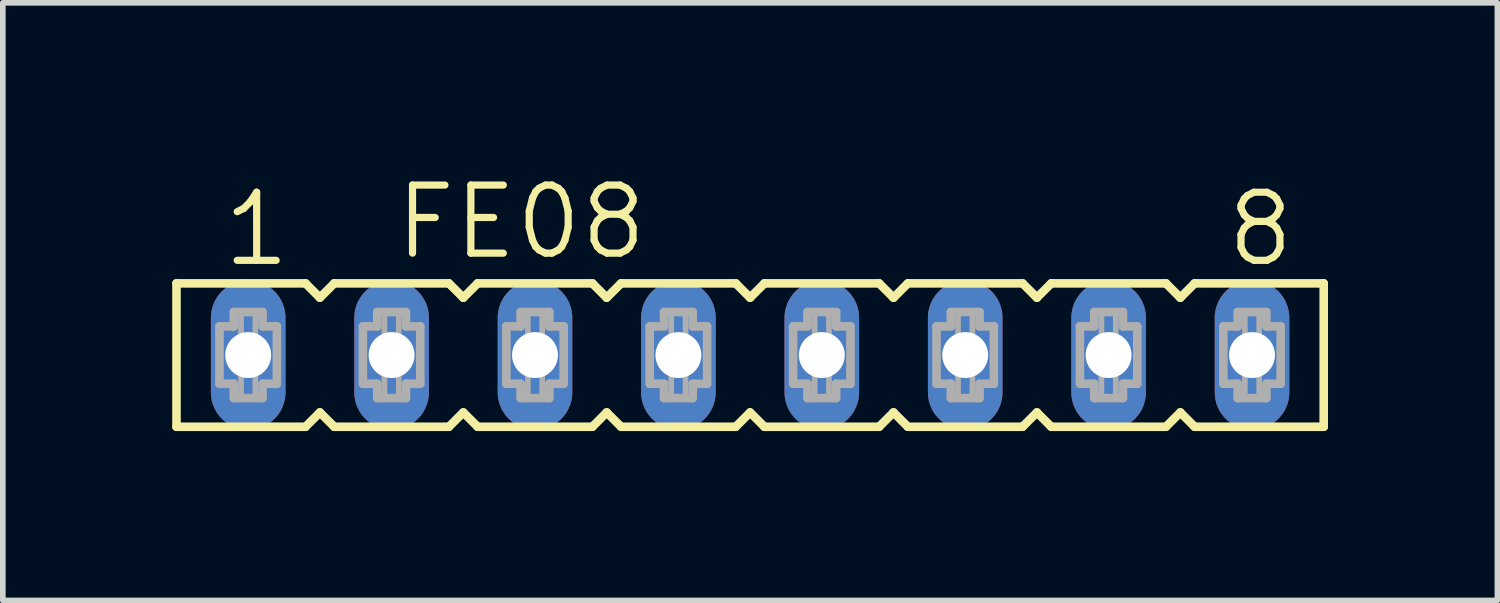
<source format=kicad_pcb>
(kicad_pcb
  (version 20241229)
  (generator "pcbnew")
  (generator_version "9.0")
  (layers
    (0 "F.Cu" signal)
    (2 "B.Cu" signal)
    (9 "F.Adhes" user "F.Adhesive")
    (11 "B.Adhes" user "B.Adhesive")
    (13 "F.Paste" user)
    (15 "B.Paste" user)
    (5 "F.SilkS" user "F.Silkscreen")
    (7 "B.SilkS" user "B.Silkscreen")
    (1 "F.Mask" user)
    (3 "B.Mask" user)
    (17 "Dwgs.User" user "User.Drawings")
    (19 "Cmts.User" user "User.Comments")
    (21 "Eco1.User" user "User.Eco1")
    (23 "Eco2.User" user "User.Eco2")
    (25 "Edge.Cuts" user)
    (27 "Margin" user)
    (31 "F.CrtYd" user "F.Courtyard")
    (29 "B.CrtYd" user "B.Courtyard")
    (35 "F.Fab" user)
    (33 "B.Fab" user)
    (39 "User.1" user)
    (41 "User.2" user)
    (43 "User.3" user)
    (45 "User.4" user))
  (footprint "FE08"
    (layer "F.Cu")
    (at 10.236 3.239)
    (property "Reference" "FE08" (at -6.35 -1.651 0) (layer "F.SilkS") (effects (font (size 1.206 1.206) (thickness 0.127)) (justify left bottom)))
    (attr through_hole)
    (fp_line (start -10.16 -1.27) (end -10.16 1.27) (stroke (width 0.152) (type solid)) (layer "F.SilkS"))
    (fp_line (start -10.16 1.27) (end -7.874 1.27) (stroke (width 0.152) (type solid)) (layer "F.SilkS"))
    (fp_line (start -7.874 -1.27) (end -10.16 -1.27) (stroke (width 0.152) (type solid)) (layer "F.SilkS"))
    (fp_line (start -7.874 1.27) (end -7.62 1.016) (stroke (width 0.152) (type solid)) (layer "F.SilkS"))
    (fp_line (start -7.62 -1.016) (end -7.874 -1.27) (stroke (width 0.152) (type solid)) (layer "F.SilkS"))
    (fp_line (start -7.62 1.016) (end -7.366 1.27) (stroke (width 0.152) (type solid)) (layer "F.SilkS"))
    (fp_line (start -7.366 -1.27) (end -7.62 -1.016) (stroke (width 0.152) (type solid)) (layer "F.SilkS"))
    (fp_line (start -7.366 1.27) (end -5.334 1.27) (stroke (width 0.152) (type solid)) (layer "F.SilkS"))
    (fp_line (start -5.334 -1.27) (end -7.366 -1.27) (stroke (width 0.152) (type solid)) (layer "F.SilkS"))
    (fp_line (start -5.334 1.27) (end -5.08 1.016) (stroke (width 0.152) (type solid)) (layer "F.SilkS"))
    (fp_line (start -5.08 -1.016) (end -5.334 -1.27) (stroke (width 0.152) (type solid)) (layer "F.SilkS"))
    (fp_line (start -5.08 1.016) (end -4.826 1.27) (stroke (width 0.152) (type solid)) (layer "F.SilkS"))
    (fp_line (start -4.826 -1.27) (end -5.08 -1.016) (stroke (width 0.152) (type solid)) (layer "F.SilkS"))
    (fp_line (start -4.826 1.27) (end -2.794 1.27) (stroke (width 0.152) (type solid)) (layer "F.SilkS"))
    (fp_line (start -2.794 -1.27) (end -4.826 -1.27) (stroke (width 0.152) (type solid)) (layer "F.SilkS"))
    (fp_line (start -2.794 1.27) (end -2.54 1.016) (stroke (width 0.152) (type solid)) (layer "F.SilkS"))
    (fp_line (start -2.54 -1.016) (end -2.794 -1.27) (stroke (width 0.152) (type solid)) (layer "F.SilkS"))
    (fp_line (start -2.54 1.016) (end -2.286 1.27) (stroke (width 0.152) (type solid)) (layer "F.SilkS"))
    (fp_line (start -2.286 -1.27) (end -2.54 -1.016) (stroke (width 0.152) (type solid)) (layer "F.SilkS"))
    (fp_line (start -2.286 1.27) (end -0.254 1.27) (stroke (width 0.152) (type solid)) (layer "F.SilkS"))
    (fp_line (start -0.254 -1.27) (end -2.286 -1.27) (stroke (width 0.152) (type solid)) (layer "F.SilkS"))
    (fp_line (start -0.254 1.27) (end 0 1.016) (stroke (width 0.152) (type solid)) (layer "F.SilkS"))
    (fp_line (start 0 -1.016) (end -0.254 -1.27) (stroke (width 0.152) (type solid)) (layer "F.SilkS"))
    (fp_line (start 0 1.016) (end 0.254 1.27) (stroke (width 0.152) (type solid)) (layer "F.SilkS"))
    (fp_line (start 0.254 -1.27) (end 0 -1.016) (stroke (width 0.152) (type solid)) (layer "F.SilkS"))
    (fp_line (start 0.254 1.27) (end 2.286 1.27) (stroke (width 0.152) (type solid)) (layer "F.SilkS"))
    (fp_line (start 2.286 -1.27) (end 0.254 -1.27) (stroke (width 0.152) (type solid)) (layer "F.SilkS"))
    (fp_line (start 2.286 1.27) (end 2.54 1.016) (stroke (width 0.152) (type solid)) (layer "F.SilkS"))
    (fp_line (start 2.54 -1.016) (end 2.286 -1.27) (stroke (width 0.152) (type solid)) (layer "F.SilkS"))
    (fp_line (start 2.54 1.016) (end 2.794 1.27) (stroke (width 0.152) (type solid)) (layer "F.SilkS"))
    (fp_line (start 2.794 -1.27) (end 2.54 -1.016) (stroke (width 0.152) (type solid)) (layer "F.SilkS"))
    (fp_line (start 2.794 1.27) (end 4.826 1.27) (stroke (width 0.152) (type solid)) (layer "F.SilkS"))
    (fp_line (start 4.826 -1.27) (end 2.794 -1.27) (stroke (width 0.152) (type solid)) (layer "F.SilkS"))
    (fp_line (start 4.826 1.27) (end 5.08 1.016) (stroke (width 0.152) (type solid)) (layer "F.SilkS"))
    (fp_line (start 5.08 -1.016) (end 4.826 -1.27) (stroke (width 0.152) (type solid)) (layer "F.SilkS"))
    (fp_line (start 5.08 1.016) (end 5.334 1.27) (stroke (width 0.152) (type solid)) (layer "F.SilkS"))
    (fp_line (start 5.334 -1.27) (end 5.08 -1.016) (stroke (width 0.152) (type solid)) (layer "F.SilkS"))
    (fp_line (start 5.334 1.27) (end 7.366 1.27) (stroke (width 0.152) (type solid)) (layer "F.SilkS"))
    (fp_line (start 7.366 -1.27) (end 5.334 -1.27) (stroke (width 0.152) (type solid)) (layer "F.SilkS"))
    (fp_line (start 7.366 1.27) (end 7.62 1.016) (stroke (width 0.152) (type solid)) (layer "F.SilkS"))
    (fp_line (start 7.62 -1.016) (end 7.366 -1.27) (stroke (width 0.152) (type solid)) (layer "F.SilkS"))
    (fp_line (start 7.62 1.016) (end 7.874 1.27) (stroke (width 0.152) (type solid)) (layer "F.SilkS"))
    (fp_line (start 7.874 -1.27) (end 7.62 -1.016) (stroke (width 0.152) (type solid)) (layer "F.SilkS"))
    (fp_line (start 7.874 1.27) (end 10.16 1.27) (stroke (width 0.152) (type solid)) (layer "F.SilkS"))
    (fp_line (start 10.16 -1.27) (end 7.874 -1.27) (stroke (width 0.152) (type solid)) (layer "F.SilkS"))
    (fp_line (start 10.16 1.27) (end 10.16 -1.27) (stroke (width 0.152) (type solid)) (layer "F.SilkS"))
    (fp_line (start -9.398 -0.508) (end -9.398 0.508) (stroke (width 0.152) (type solid)) (layer "F.Fab"))
    (fp_line (start -9.398 0.508) (end -9.144 0.508) (stroke (width 0.152) (type solid)) (layer "F.Fab"))
    (fp_line (start -9.144 -0.762) (end -9.144 -0.508) (stroke (width 0.152) (type solid)) (layer "F.Fab"))
    (fp_line (start -9.144 -0.508) (end -9.398 -0.508) (stroke (width 0.152) (type solid)) (layer "F.Fab"))
    (fp_line (start -9.144 0.508) (end -9.144 0.762) (stroke (width 0.152) (type solid)) (layer "F.Fab"))
    (fp_line (start -9.144 0.762) (end -8.636 0.762) (stroke (width 0.152) (type solid)) (layer "F.Fab"))
    (fp_line (start -8.636 -0.762) (end -9.144 -0.762) (stroke (width 0.152) (type solid)) (layer "F.Fab"))
    (fp_line (start -8.636 -0.508) (end -8.636 -0.762) (stroke (width 0.152) (type solid)) (layer "F.Fab"))
    (fp_line (start -8.636 0.508) (end -8.382 0.508) (stroke (width 0.152) (type solid)) (layer "F.Fab"))
    (fp_line (start -8.636 0.762) (end -8.636 0.508) (stroke (width 0.152) (type solid)) (layer "F.Fab"))
    (fp_line (start -8.382 -0.508) (end -8.636 -0.508) (stroke (width 0.152) (type solid)) (layer "F.Fab"))
    (fp_line (start -8.382 0.508) (end -8.382 -0.508) (stroke (width 0.152) (type solid)) (layer "F.Fab"))
    (fp_line (start -6.858 -0.508) (end -6.858 0.508) (stroke (width 0.152) (type solid)) (layer "F.Fab"))
    (fp_line (start -6.858 0.508) (end -6.604 0.508) (stroke (width 0.152) (type solid)) (layer "F.Fab"))
    (fp_line (start -6.604 -0.762) (end -6.604 -0.508) (stroke (width 0.152) (type solid)) (layer "F.Fab"))
    (fp_line (start -6.604 -0.508) (end -6.858 -0.508) (stroke (width 0.152) (type solid)) (layer "F.Fab"))
    (fp_line (start -6.604 0.508) (end -6.604 0.762) (stroke (width 0.152) (type solid)) (layer "F.Fab"))
    (fp_line (start -6.604 0.762) (end -6.096 0.762) (stroke (width 0.152) (type solid)) (layer "F.Fab"))
    (fp_line (start -6.096 -0.762) (end -6.604 -0.762) (stroke (width 0.152) (type solid)) (layer "F.Fab"))
    (fp_line (start -6.096 -0.508) (end -6.096 -0.762) (stroke (width 0.152) (type solid)) (layer "F.Fab"))
    (fp_line (start -6.096 0.508) (end -5.842 0.508) (stroke (width 0.152) (type solid)) (layer "F.Fab"))
    (fp_line (start -6.096 0.762) (end -6.096 0.508) (stroke (width 0.152) (type solid)) (layer "F.Fab"))
    (fp_line (start -5.842 -0.508) (end -6.096 -0.508) (stroke (width 0.152) (type solid)) (layer "F.Fab"))
    (fp_line (start -5.842 0.508) (end -5.842 -0.508) (stroke (width 0.152) (type solid)) (layer "F.Fab"))
    (fp_line (start -4.318 -0.508) (end -4.318 0.508) (stroke (width 0.152) (type solid)) (layer "F.Fab"))
    (fp_line (start -4.318 0.508) (end -4.064 0.508) (stroke (width 0.152) (type solid)) (layer "F.Fab"))
    (fp_line (start -4.064 -0.762) (end -4.064 -0.508) (stroke (width 0.152) (type solid)) (layer "F.Fab"))
    (fp_line (start -4.064 -0.508) (end -4.318 -0.508) (stroke (width 0.152) (type solid)) (layer "F.Fab"))
    (fp_line (start -4.064 0.508) (end -4.064 0.762) (stroke (width 0.152) (type solid)) (layer "F.Fab"))
    (fp_line (start -4.064 0.762) (end -3.556 0.762) (stroke (width 0.152) (type solid)) (layer "F.Fab"))
    (fp_line (start -3.556 -0.762) (end -4.064 -0.762) (stroke (width 0.152) (type solid)) (layer "F.Fab"))
    (fp_line (start -3.556 -0.508) (end -3.556 -0.762) (stroke (width 0.152) (type solid)) (layer "F.Fab"))
    (fp_line (start -3.556 0.508) (end -3.302 0.508) (stroke (width 0.152) (type solid)) (layer "F.Fab"))
    (fp_line (start -3.556 0.762) (end -3.556 0.508) (stroke (width 0.152) (type solid)) (layer "F.Fab"))
    (fp_line (start -3.302 -0.508) (end -3.556 -0.508) (stroke (width 0.152) (type solid)) (layer "F.Fab"))
    (fp_line (start -3.302 0.508) (end -3.302 -0.508) (stroke (width 0.152) (type solid)) (layer "F.Fab"))
    (fp_line (start -1.778 -0.508) (end -1.778 0.508) (stroke (width 0.152) (type solid)) (layer "F.Fab"))
    (fp_line (start -1.778 0.508) (end -1.524 0.508) (stroke (width 0.152) (type solid)) (layer "F.Fab"))
    (fp_line (start -1.524 -0.762) (end -1.524 -0.508) (stroke (width 0.152) (type solid)) (layer "F.Fab"))
    (fp_line (start -1.524 -0.508) (end -1.778 -0.508) (stroke (width 0.152) (type solid)) (layer "F.Fab"))
    (fp_line (start -1.524 0.508) (end -1.524 0.762) (stroke (width 0.152) (type solid)) (layer "F.Fab"))
    (fp_line (start -1.524 0.762) (end -1.016 0.762) (stroke (width 0.152) (type solid)) (layer "F.Fab"))
    (fp_line (start -1.016 -0.762) (end -1.524 -0.762) (stroke (width 0.152) (type solid)) (layer "F.Fab"))
    (fp_line (start -1.016 -0.508) (end -1.016 -0.762) (stroke (width 0.152) (type solid)) (layer "F.Fab"))
    (fp_line (start -1.016 0.508) (end -0.762 0.508) (stroke (width 0.152) (type solid)) (layer "F.Fab"))
    (fp_line (start -1.016 0.762) (end -1.016 0.508) (stroke (width 0.152) (type solid)) (layer "F.Fab"))
    (fp_line (start -0.762 -0.508) (end -1.016 -0.508) (stroke (width 0.152) (type solid)) (layer "F.Fab"))
    (fp_line (start -0.762 0.508) (end -0.762 -0.508) (stroke (width 0.152) (type solid)) (layer "F.Fab"))
    (fp_line (start 0.762 -0.508) (end 0.762 0.508) (stroke (width 0.152) (type solid)) (layer "F.Fab"))
    (fp_line (start 0.762 0.508) (end 1.016 0.508) (stroke (width 0.152) (type solid)) (layer "F.Fab"))
    (fp_line (start 1.016 -0.762) (end 1.016 -0.508) (stroke (width 0.152) (type solid)) (layer "F.Fab"))
    (fp_line (start 1.016 -0.508) (end 0.762 -0.508) (stroke (width 0.152) (type solid)) (layer "F.Fab"))
    (fp_line (start 1.016 0.508) (end 1.016 0.762) (stroke (width 0.152) (type solid)) (layer "F.Fab"))
    (fp_line (start 1.016 0.762) (end 1.524 0.762) (stroke (width 0.152) (type solid)) (layer "F.Fab"))
    (fp_line (start 1.524 -0.762) (end 1.016 -0.762) (stroke (width 0.152) (type solid)) (layer "F.Fab"))
    (fp_line (start 1.524 -0.508) (end 1.524 -0.762) (stroke (width 0.152) (type solid)) (layer "F.Fab"))
    (fp_line (start 1.524 0.508) (end 1.778 0.508) (stroke (width 0.152) (type solid)) (layer "F.Fab"))
    (fp_line (start 1.524 0.762) (end 1.524 0.508) (stroke (width 0.152) (type solid)) (layer "F.Fab"))
    (fp_line (start 1.778 -0.508) (end 1.524 -0.508) (stroke (width 0.152) (type solid)) (layer "F.Fab"))
    (fp_line (start 1.778 0.508) (end 1.778 -0.508) (stroke (width 0.152) (type solid)) (layer "F.Fab"))
    (fp_line (start 3.302 -0.508) (end 3.302 0.508) (stroke (width 0.152) (type solid)) (layer "F.Fab"))
    (fp_line (start 3.302 0.508) (end 3.556 0.508) (stroke (width 0.152) (type solid)) (layer "F.Fab"))
    (fp_line (start 3.556 -0.762) (end 3.556 -0.508) (stroke (width 0.152) (type solid)) (layer "F.Fab"))
    (fp_line (start 3.556 -0.508) (end 3.302 -0.508) (stroke (width 0.152) (type solid)) (layer "F.Fab"))
    (fp_line (start 3.556 0.508) (end 3.556 0.762) (stroke (width 0.152) (type solid)) (layer "F.Fab"))
    (fp_line (start 3.556 0.762) (end 4.064 0.762) (stroke (width 0.152) (type solid)) (layer "F.Fab"))
    (fp_line (start 4.064 -0.762) (end 3.556 -0.762) (stroke (width 0.152) (type solid)) (layer "F.Fab"))
    (fp_line (start 4.064 -0.508) (end 4.064 -0.762) (stroke (width 0.152) (type solid)) (layer "F.Fab"))
    (fp_line (start 4.064 0.508) (end 4.318 0.508) (stroke (width 0.152) (type solid)) (layer "F.Fab"))
    (fp_line (start 4.064 0.762) (end 4.064 0.508) (stroke (width 0.152) (type solid)) (layer "F.Fab"))
    (fp_line (start 4.318 -0.508) (end 4.064 -0.508) (stroke (width 0.152) (type solid)) (layer "F.Fab"))
    (fp_line (start 4.318 0.508) (end 4.318 -0.508) (stroke (width 0.152) (type solid)) (layer "F.Fab"))
    (fp_line (start 5.842 -0.508) (end 5.842 0.508) (stroke (width 0.152) (type solid)) (layer "F.Fab"))
    (fp_line (start 5.842 0.508) (end 6.096 0.508) (stroke (width 0.152) (type solid)) (layer "F.Fab"))
    (fp_line (start 6.096 -0.762) (end 6.096 -0.508) (stroke (width 0.152) (type solid)) (layer "F.Fab"))
    (fp_line (start 6.096 -0.508) (end 5.842 -0.508) (stroke (width 0.152) (type solid)) (layer "F.Fab"))
    (fp_line (start 6.096 0.508) (end 6.096 0.762) (stroke (width 0.152) (type solid)) (layer "F.Fab"))
    (fp_line (start 6.096 0.762) (end 6.604 0.762) (stroke (width 0.152) (type solid)) (layer "F.Fab"))
    (fp_line (start 6.604 -0.762) (end 6.096 -0.762) (stroke (width 0.152) (type solid)) (layer "F.Fab"))
    (fp_line (start 6.604 -0.508) (end 6.604 -0.762) (stroke (width 0.152) (type solid)) (layer "F.Fab"))
    (fp_line (start 6.604 0.508) (end 6.858 0.508) (stroke (width 0.152) (type solid)) (layer "F.Fab"))
    (fp_line (start 6.604 0.762) (end 6.604 0.508) (stroke (width 0.152) (type solid)) (layer "F.Fab"))
    (fp_line (start 6.858 -0.508) (end 6.604 -0.508) (stroke (width 0.152) (type solid)) (layer "F.Fab"))
    (fp_line (start 6.858 0.508) (end 6.858 -0.508) (stroke (width 0.152) (type solid)) (layer "F.Fab"))
    (fp_line (start 8.382 -0.508) (end 8.382 0.508) (stroke (width 0.152) (type solid)) (layer "F.Fab"))
    (fp_line (start 8.382 0.508) (end 8.636 0.508) (stroke (width 0.152) (type solid)) (layer "F.Fab"))
    (fp_line (start 8.636 -0.762) (end 8.636 -0.508) (stroke (width 0.152) (type solid)) (layer "F.Fab"))
    (fp_line (start 8.636 -0.508) (end 8.382 -0.508) (stroke (width 0.152) (type solid)) (layer "F.Fab"))
    (fp_line (start 8.636 0.508) (end 8.636 0.762) (stroke (width 0.152) (type solid)) (layer "F.Fab"))
    (fp_line (start 8.636 0.762) (end 9.144 0.762) (stroke (width 0.152) (type solid)) (layer "F.Fab"))
    (fp_line (start 9.144 -0.762) (end 8.636 -0.762) (stroke (width 0.152) (type solid)) (layer "F.Fab"))
    (fp_line (start 9.144 -0.508) (end 9.144 -0.762) (stroke (width 0.152) (type solid)) (layer "F.Fab"))
    (fp_line (start 9.144 0.508) (end 9.398 0.508) (stroke (width 0.152) (type solid)) (layer "F.Fab"))
    (fp_line (start 9.144 0.762) (end 9.144 0.508) (stroke (width 0.152) (type solid)) (layer "F.Fab"))
    (fp_line (start 9.398 -0.508) (end 9.144 -0.508) (stroke (width 0.152) (type solid)) (layer "F.Fab"))
    (fp_line (start 9.398 0.508) (end 9.398 -0.508) (stroke (width 0.152) (type solid)) (layer "F.Fab"))
    (fp_poly (pts (xy -9.017 -0.254) (xy -8.763 -0.254) (xy -8.763 -0.762) (xy -9.017 -0.762)) (stroke (width 0.1) (type solid)) (fill no) (layer "F.Fab"))
    (fp_poly (pts (xy -9.017 0.762) (xy -8.763 0.762) (xy -8.763 0.254) (xy -9.017 0.254)) (stroke (width 0.1) (type solid)) (fill no) (layer "F.Fab"))
    (fp_poly (pts (xy -6.477 -0.254) (xy -6.223 -0.254) (xy -6.223 -0.762) (xy -6.477 -0.762)) (stroke (width 0.1) (type solid)) (fill no) (layer "F.Fab"))
    (fp_poly (pts (xy -6.477 0.762) (xy -6.223 0.762) (xy -6.223 0.254) (xy -6.477 0.254)) (stroke (width 0.1) (type solid)) (fill no) (layer "F.Fab"))
    (fp_poly (pts (xy -3.937 -0.254) (xy -3.683 -0.254) (xy -3.683 -0.762) (xy -3.937 -0.762)) (stroke (width 0.1) (type solid)) (fill no) (layer "F.Fab"))
    (fp_poly (pts (xy -3.937 0.762) (xy -3.683 0.762) (xy -3.683 0.254) (xy -3.937 0.254)) (stroke (width 0.1) (type solid)) (fill no) (layer "F.Fab"))
    (fp_poly (pts (xy -1.397 -0.254) (xy -1.143 -0.254) (xy -1.143 -0.762) (xy -1.397 -0.762)) (stroke (width 0.1) (type solid)) (fill no) (layer "F.Fab"))
    (fp_poly (pts (xy -1.397 0.762) (xy -1.143 0.762) (xy -1.143 0.254) (xy -1.397 0.254)) (stroke (width 0.1) (type solid)) (fill no) (layer "F.Fab"))
    (fp_poly (pts (xy 1.143 -0.254) (xy 1.397 -0.254) (xy 1.397 -0.762) (xy 1.143 -0.762)) (stroke (width 0.1) (type solid)) (fill no) (layer "F.Fab"))
    (fp_poly (pts (xy 1.143 0.762) (xy 1.397 0.762) (xy 1.397 0.254) (xy 1.143 0.254)) (stroke (width 0.1) (type solid)) (fill no) (layer "F.Fab"))
    (fp_poly (pts (xy 3.683 -0.254) (xy 3.937 -0.254) (xy 3.937 -0.762) (xy 3.683 -0.762)) (stroke (width 0.1) (type solid)) (fill no) (layer "F.Fab"))
    (fp_poly (pts (xy 3.683 0.762) (xy 3.937 0.762) (xy 3.937 0.254) (xy 3.683 0.254)) (stroke (width 0.1) (type solid)) (fill no) (layer "F.Fab"))
    (fp_poly (pts (xy 6.223 -0.254) (xy 6.477 -0.254) (xy 6.477 -0.762) (xy 6.223 -0.762)) (stroke (width 0.1) (type solid)) (fill no) (layer "F.Fab"))
    (fp_poly (pts (xy 6.223 0.762) (xy 6.477 0.762) (xy 6.477 0.254) (xy 6.223 0.254)) (stroke (width 0.1) (type solid)) (fill no) (layer "F.Fab"))
    (fp_poly (pts (xy 8.763 -0.254) (xy 9.017 -0.254) (xy 9.017 -0.762) (xy 8.763 -0.762)) (stroke (width 0.1) (type solid)) (fill no) (layer "F.Fab"))
    (fp_poly (pts (xy 8.763 0.762) (xy 9.017 0.762) (xy 9.017 0.254) (xy 8.763 0.254)) (stroke (width 0.1) (type solid)) (fill no) (layer "F.Fab"))
    (fp_text user "8" (at 8.382 -1.524 0) (layer "F.SilkS") (effects (font (size 1.206 1.206) (thickness 0.127)) (justify left bottom)))
    (fp_text user "1" (at -9.398 -1.524 0) (layer "F.SilkS") (effects (font (size 1.206 1.206) (thickness 0.127)) (justify left bottom)))
    (pad "1" thru_hole oval (at -8.89 0 90) (size 2.642 1.321) (drill 0.813) (layers "*.Cu" "*.Mask"))
    (pad "2" thru_hole oval (at -6.35 0 90) (size 2.642 1.321) (drill 0.813) (layers "*.Cu" "*.Mask"))
    (pad "3" thru_hole oval (at -3.81 0 90) (size 2.642 1.321) (drill 0.813) (layers "*.Cu" "*.Mask"))
    (pad "4" thru_hole oval (at -1.27 0 90) (size 2.642 1.321) (drill 0.813) (layers "*.Cu" "*.Mask"))
    (pad "5" thru_hole oval (at 1.27 0 90) (size 2.642 1.321) (drill 0.813) (layers "*.Cu" "*.Mask"))
    (pad "6" thru_hole oval (at 3.81 0 90) (size 2.642 1.321) (drill 0.813) (layers "*.Cu" "*.Mask"))
    (pad "7" thru_hole oval (at 6.35 0 90) (size 2.642 1.321) (drill 0.813) (layers "*.Cu" "*.Mask"))
    (pad "8" thru_hole oval (at 8.89 0 90) (size 2.642 1.321) (drill 0.813) (layers "*.Cu" "*.Mask")))
  (gr_rect
    (start -3 -3)
    (end 23.472 7.585)
    (stroke (width 0.1) (type default))
    (fill no)
    (layer "Edge.Cuts")))
</source>
